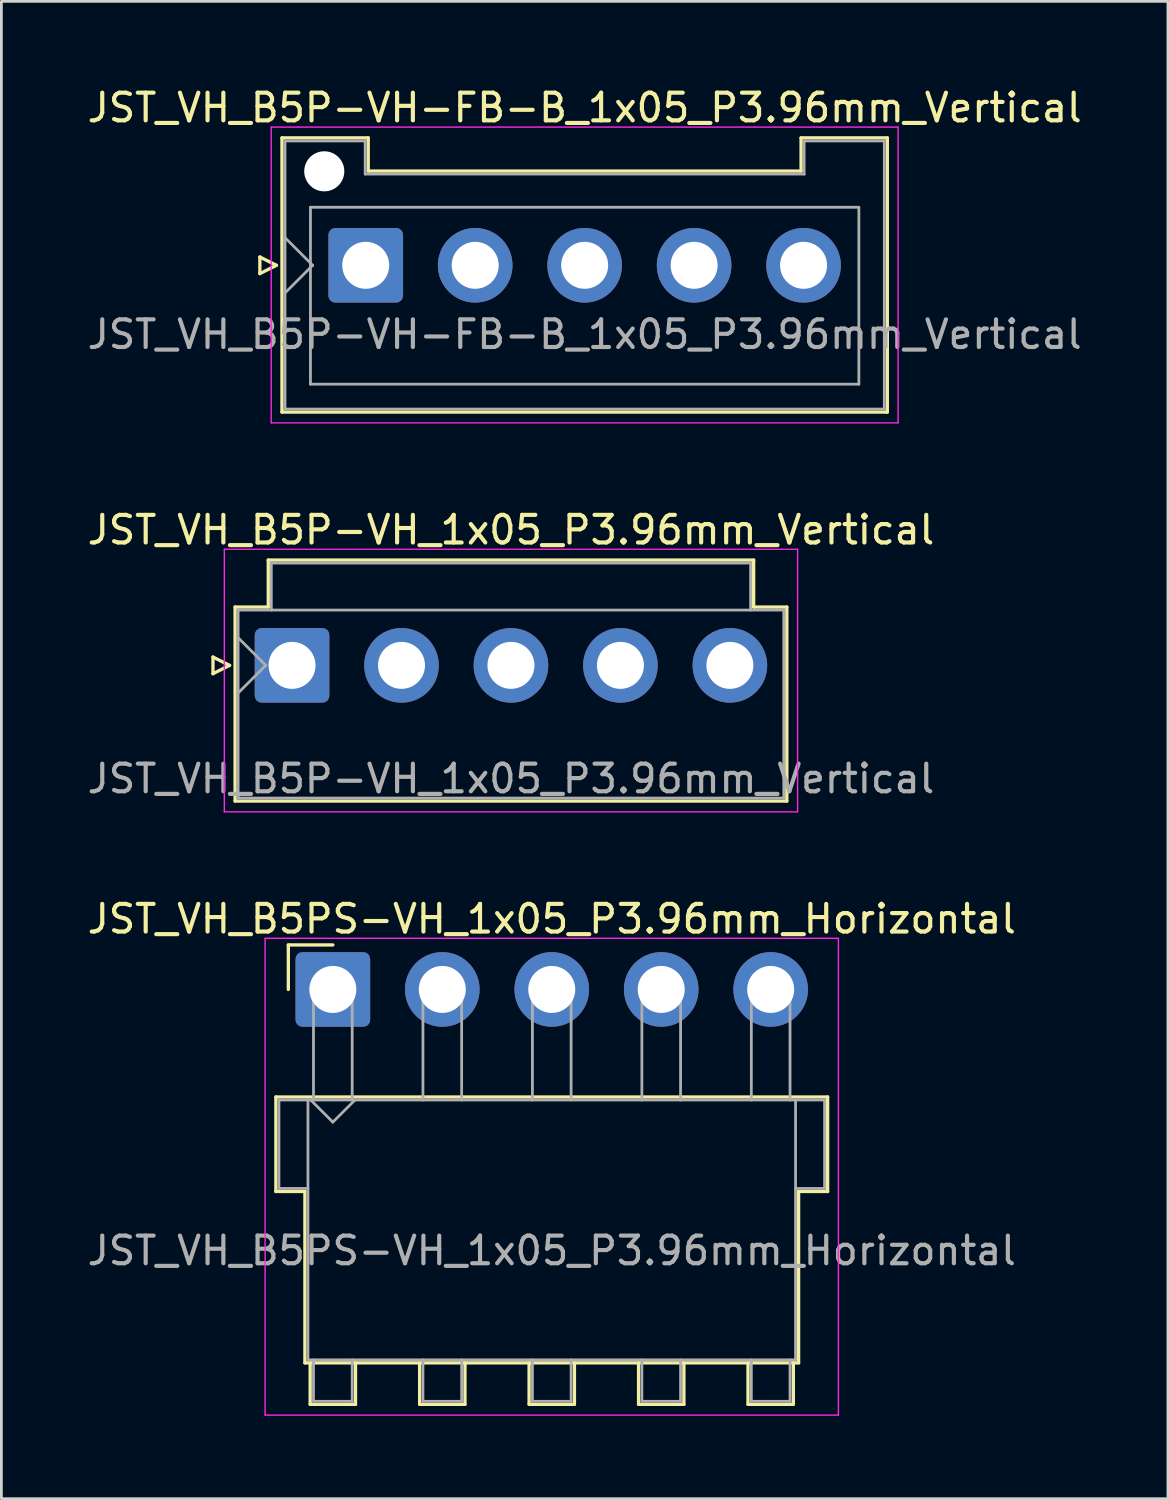
<source format=kicad_pcb>
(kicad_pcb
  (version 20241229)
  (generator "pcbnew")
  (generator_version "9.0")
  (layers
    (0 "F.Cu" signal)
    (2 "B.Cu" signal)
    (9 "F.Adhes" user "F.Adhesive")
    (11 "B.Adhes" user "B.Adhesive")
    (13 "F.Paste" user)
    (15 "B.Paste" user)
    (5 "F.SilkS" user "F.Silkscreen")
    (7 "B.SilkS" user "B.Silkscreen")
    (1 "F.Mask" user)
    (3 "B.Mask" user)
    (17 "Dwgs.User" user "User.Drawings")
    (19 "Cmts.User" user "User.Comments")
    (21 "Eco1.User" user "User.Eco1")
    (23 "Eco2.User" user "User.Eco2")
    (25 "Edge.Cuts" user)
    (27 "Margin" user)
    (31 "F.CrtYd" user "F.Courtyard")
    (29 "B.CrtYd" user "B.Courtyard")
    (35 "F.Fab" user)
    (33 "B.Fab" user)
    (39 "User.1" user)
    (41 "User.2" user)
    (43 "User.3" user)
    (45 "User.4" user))
  (footprint "JST_VH_B5P-VH_1x05_P3.96mm_Vertical"
    (layer "F.Cu")
    (at 7.515 21.021)
    (property "Reference" "JST_VH_B5P-VH_1x05_P3.96mm_Vertical" (at 7.92 -4.9 0) (layer "F.SilkS") (effects (font (size 1 1) (thickness 0.15))))
    (attr through_hole)
    (fp_line (start -2.86 -0.3) (end -2.26 0) (stroke (width 0.12) (type solid)) (layer "F.SilkS"))
    (fp_line (start -2.86 0.3) (end -2.86 -0.3) (stroke (width 0.12) (type solid)) (layer "F.SilkS"))
    (fp_line (start -2.26 0) (end -2.86 0.3) (stroke (width 0.12) (type solid)) (layer "F.SilkS"))
    (fp_line (start -2.06 -2.11) (end -0.86 -2.11) (stroke (width 0.12) (type solid)) (layer "F.SilkS"))
    (fp_line (start -2.06 4.91) (end -2.06 -2.11) (stroke (width 0.12) (type solid)) (layer "F.SilkS"))
    (fp_line (start -0.86 -3.81) (end 16.7 -3.81) (stroke (width 0.12) (type solid)) (layer "F.SilkS"))
    (fp_line (start -0.86 -2.11) (end -0.86 -3.81) (stroke (width 0.12) (type solid)) (layer "F.SilkS"))
    (fp_line (start 16.7 -3.81) (end 16.7 -2.11) (stroke (width 0.12) (type solid)) (layer "F.SilkS"))
    (fp_line (start 16.7 -2.11) (end 17.9 -2.11) (stroke (width 0.12) (type solid)) (layer "F.SilkS"))
    (fp_line (start 17.9 -2.11) (end 17.9 4.91) (stroke (width 0.12) (type solid)) (layer "F.SilkS"))
    (fp_line (start 17.9 4.91) (end -2.06 4.91) (stroke (width 0.12) (type solid)) (layer "F.SilkS"))
    (fp_line (start -2.45 -4.2) (end -2.45 5.3) (stroke (width 0.05) (type solid)) (layer "F.CrtYd"))
    (fp_line (start -2.45 5.3) (end 18.29 5.3) (stroke (width 0.05) (type solid)) (layer "F.CrtYd"))
    (fp_line (start 18.29 -4.2) (end -2.45 -4.2) (stroke (width 0.05) (type solid)) (layer "F.CrtYd"))
    (fp_line (start 18.29 5.3) (end 18.29 -4.2) (stroke (width 0.05) (type solid)) (layer "F.CrtYd"))
    (fp_line (start -1.95 -2) (end -1.95 4.8) (stroke (width 0.1) (type solid)) (layer "F.Fab"))
    (fp_line (start -1.95 -1) (end -0.95 0) (stroke (width 0.1) (type solid)) (layer "F.Fab"))
    (fp_line (start -1.95 1) (end -0.95 0) (stroke (width 0.1) (type solid)) (layer "F.Fab"))
    (fp_line (start -1.95 4.8) (end 17.79 4.8) (stroke (width 0.1) (type solid)) (layer "F.Fab"))
    (fp_line (start -0.75 -3.7) (end 16.59 -3.7) (stroke (width 0.1) (type solid)) (layer "F.Fab"))
    (fp_line (start -0.75 -2) (end -0.75 -3.7) (stroke (width 0.1) (type solid)) (layer "F.Fab"))
    (fp_line (start 16.59 -3.7) (end 16.59 -2) (stroke (width 0.1) (type solid)) (layer "F.Fab"))
    (fp_line (start 17.79 -2) (end -1.95 -2) (stroke (width 0.1) (type solid)) (layer "F.Fab"))
    (fp_line (start 17.79 4.8) (end 17.79 -2) (stroke (width 0.1) (type solid)) (layer "F.Fab"))
    (fp_text user "${REFERENCE}" (at 7.92 4.1 0) (layer "F.Fab") (effects (font (size 1 1) (thickness 0.15))))
    (pad "1" thru_hole roundrect (at 0 0) (size 2.7 2.7) (drill 1.7) (layers "*.Cu" "*.Mask") (roundrect_rratio 0.093))
    (pad "2" thru_hole circle (at 3.96 0) (size 2.7 2.7) (drill 1.7) (layers "*.Cu" "*.Mask"))
    (pad "3" thru_hole circle (at 7.92 0) (size 2.7 2.7) (drill 1.7) (layers "*.Cu" "*.Mask"))
    (pad "4" thru_hole circle (at 11.88 0) (size 2.7 2.7) (drill 1.7) (layers "*.Cu" "*.Mask"))
    (pad "5" thru_hole circle (at 15.84 0) (size 2.7 2.7) (drill 1.7) (layers "*.Cu" "*.Mask")))
  (footprint "JST_VH_B5PS-VH_1x05_P3.96mm_Horizontal"
    (layer "F.Cu")
    (at 8.991 32.745)
    (property "Reference" "JST_VH_B5PS-VH_1x05_P3.96mm_Horizontal" (at 7.92 -2.55 0) (layer "F.SilkS") (effects (font (size 1 1) (thickness 0.15))))
    (attr through_hole)
    (fp_line (start -2.06 3.89) (end 17.9 3.89) (stroke (width 0.12) (type solid)) (layer "F.SilkS"))
    (fp_line (start -2.06 7.31) (end -2.06 3.89) (stroke (width 0.12) (type solid)) (layer "F.SilkS"))
    (fp_line (start -1.61 -1.61) (end -1.61 0) (stroke (width 0.12) (type solid)) (layer "F.SilkS"))
    (fp_line (start -1.01 7.31) (end -2.06 7.31) (stroke (width 0.12) (type solid)) (layer "F.SilkS"))
    (fp_line (start -1.01 13.51) (end -1.01 7.31) (stroke (width 0.12) (type solid)) (layer "F.SilkS"))
    (fp_line (start -0.82 13.51) (end -0.82 15.01) (stroke (width 0.12) (type solid)) (layer "F.SilkS"))
    (fp_line (start -0.82 15.01) (end 0.82 15.01) (stroke (width 0.12) (type solid)) (layer "F.SilkS"))
    (fp_line (start 0 -1.61) (end -1.61 -1.61) (stroke (width 0.12) (type solid)) (layer "F.SilkS"))
    (fp_line (start 0.82 15.01) (end 0.82 13.51) (stroke (width 0.12) (type solid)) (layer "F.SilkS"))
    (fp_line (start 3.14 13.51) (end 3.14 15.01) (stroke (width 0.12) (type solid)) (layer "F.SilkS"))
    (fp_line (start 3.14 15.01) (end 4.78 15.01) (stroke (width 0.12) (type solid)) (layer "F.SilkS"))
    (fp_line (start 4.78 15.01) (end 4.78 13.51) (stroke (width 0.12) (type solid)) (layer "F.SilkS"))
    (fp_line (start 7.1 13.51) (end 7.1 15.01) (stroke (width 0.12) (type solid)) (layer "F.SilkS"))
    (fp_line (start 7.1 15.01) (end 8.74 15.01) (stroke (width 0.12) (type solid)) (layer "F.SilkS"))
    (fp_line (start 8.74 15.01) (end 8.74 13.51) (stroke (width 0.12) (type solid)) (layer "F.SilkS"))
    (fp_line (start 11.06 13.51) (end 11.06 15.01) (stroke (width 0.12) (type solid)) (layer "F.SilkS"))
    (fp_line (start 11.06 15.01) (end 12.7 15.01) (stroke (width 0.12) (type solid)) (layer "F.SilkS"))
    (fp_line (start 12.7 15.01) (end 12.7 13.51) (stroke (width 0.12) (type solid)) (layer "F.SilkS"))
    (fp_line (start 15.02 13.51) (end 15.02 15.01) (stroke (width 0.12) (type solid)) (layer "F.SilkS"))
    (fp_line (start 15.02 15.01) (end 16.66 15.01) (stroke (width 0.12) (type solid)) (layer "F.SilkS"))
    (fp_line (start 16.66 15.01) (end 16.66 13.51) (stroke (width 0.12) (type solid)) (layer "F.SilkS"))
    (fp_line (start 16.85 7.31) (end 16.85 13.51) (stroke (width 0.12) (type solid)) (layer "F.SilkS"))
    (fp_line (start 16.85 13.51) (end -1.01 13.51) (stroke (width 0.12) (type solid)) (layer "F.SilkS"))
    (fp_line (start 17.9 3.89) (end 17.9 7.31) (stroke (width 0.12) (type solid)) (layer "F.SilkS"))
    (fp_line (start 17.9 7.31) (end 16.85 7.31) (stroke (width 0.12) (type solid)) (layer "F.SilkS"))
    (fp_line (start -2.45 -1.85) (end -2.45 15.4) (stroke (width 0.05) (type solid)) (layer "F.CrtYd"))
    (fp_line (start -2.45 15.4) (end 18.29 15.4) (stroke (width 0.05) (type solid)) (layer "F.CrtYd"))
    (fp_line (start 18.29 -1.85) (end -2.45 -1.85) (stroke (width 0.05) (type solid)) (layer "F.CrtYd"))
    (fp_line (start 18.29 15.4) (end 18.29 -1.85) (stroke (width 0.05) (type solid)) (layer "F.CrtYd"))
    (fp_line (start -1.95 4) (end -0.9 4) (stroke (width 0.1) (type solid)) (layer "F.Fab"))
    (fp_line (start -1.95 7.2) (end -1.95 4) (stroke (width 0.1) (type solid)) (layer "F.Fab"))
    (fp_line (start -0.9 4) (end -0.9 13.4) (stroke (width 0.1) (type solid)) (layer "F.Fab"))
    (fp_line (start -0.9 7.2) (end -1.95 7.2) (stroke (width 0.1) (type solid)) (layer "F.Fab"))
    (fp_line (start -0.9 13.4) (end 16.74 13.4) (stroke (width 0.1) (type solid)) (layer "F.Fab"))
    (fp_line (start -0.8 4) (end 0 4.8) (stroke (width 0.1) (type solid)) (layer "F.Fab"))
    (fp_line (start -0.7 0) (end 0.7 0) (stroke (width 0.1) (type solid)) (layer "F.Fab"))
    (fp_line (start -0.7 4) (end -0.7 0) (stroke (width 0.1) (type solid)) (layer "F.Fab"))
    (fp_line (start -0.7 13.4) (end -0.7 14.9) (stroke (width 0.1) (type solid)) (layer "F.Fab"))
    (fp_line (start -0.7 14.9) (end 0.7 14.9) (stroke (width 0.1) (type solid)) (layer "F.Fab"))
    (fp_line (start 0 4.8) (end 0.8 4) (stroke (width 0.1) (type solid)) (layer "F.Fab"))
    (fp_line (start 0.7 0) (end 0.7 4) (stroke (width 0.1) (type solid)) (layer "F.Fab"))
    (fp_line (start 0.7 14.9) (end 0.7 13.4) (stroke (width 0.1) (type solid)) (layer "F.Fab"))
    (fp_line (start 3.26 0) (end 4.66 0) (stroke (width 0.1) (type solid)) (layer "F.Fab"))
    (fp_line (start 3.26 4) (end 3.26 0) (stroke (width 0.1) (type solid)) (layer "F.Fab"))
    (fp_line (start 3.26 13.4) (end 3.26 14.9) (stroke (width 0.1) (type solid)) (layer "F.Fab"))
    (fp_line (start 3.26 14.9) (end 4.66 14.9) (stroke (width 0.1) (type solid)) (layer "F.Fab"))
    (fp_line (start 4.66 0) (end 4.66 4) (stroke (width 0.1) (type solid)) (layer "F.Fab"))
    (fp_line (start 4.66 14.9) (end 4.66 13.4) (stroke (width 0.1) (type solid)) (layer "F.Fab"))
    (fp_line (start 7.22 0) (end 8.62 0) (stroke (width 0.1) (type solid)) (layer "F.Fab"))
    (fp_line (start 7.22 4) (end 7.22 0) (stroke (width 0.1) (type solid)) (layer "F.Fab"))
    (fp_line (start 7.22 13.4) (end 7.22 14.9) (stroke (width 0.1) (type solid)) (layer "F.Fab"))
    (fp_line (start 7.22 14.9) (end 8.62 14.9) (stroke (width 0.1) (type solid)) (layer "F.Fab"))
    (fp_line (start 8.62 0) (end 8.62 4) (stroke (width 0.1) (type solid)) (layer "F.Fab"))
    (fp_line (start 8.62 14.9) (end 8.62 13.4) (stroke (width 0.1) (type solid)) (layer "F.Fab"))
    (fp_line (start 11.18 0) (end 12.58 0) (stroke (width 0.1) (type solid)) (layer "F.Fab"))
    (fp_line (start 11.18 4) (end 11.18 0) (stroke (width 0.1) (type solid)) (layer "F.Fab"))
    (fp_line (start 11.18 13.4) (end 11.18 14.9) (stroke (width 0.1) (type solid)) (layer "F.Fab"))
    (fp_line (start 11.18 14.9) (end 12.58 14.9) (stroke (width 0.1) (type solid)) (layer "F.Fab"))
    (fp_line (start 12.58 0) (end 12.58 4) (stroke (width 0.1) (type solid)) (layer "F.Fab"))
    (fp_line (start 12.58 14.9) (end 12.58 13.4) (stroke (width 0.1) (type solid)) (layer "F.Fab"))
    (fp_line (start 15.14 0) (end 16.54 0) (stroke (width 0.1) (type solid)) (layer "F.Fab"))
    (fp_line (start 15.14 4) (end 15.14 0) (stroke (width 0.1) (type solid)) (layer "F.Fab"))
    (fp_line (start 15.14 13.4) (end 15.14 14.9) (stroke (width 0.1) (type solid)) (layer "F.Fab"))
    (fp_line (start 15.14 14.9) (end 16.54 14.9) (stroke (width 0.1) (type solid)) (layer "F.Fab"))
    (fp_line (start 16.54 0) (end 16.54 4) (stroke (width 0.1) (type solid)) (layer "F.Fab"))
    (fp_line (start 16.54 14.9) (end 16.54 13.4) (stroke (width 0.1) (type solid)) (layer "F.Fab"))
    (fp_line (start 16.74 4) (end -0.9 4) (stroke (width 0.1) (type solid)) (layer "F.Fab"))
    (fp_line (start 16.74 4) (end 17.79 4) (stroke (width 0.1) (type solid)) (layer "F.Fab"))
    (fp_line (start 16.74 13.4) (end 16.74 4) (stroke (width 0.1) (type solid)) (layer "F.Fab"))
    (fp_line (start 17.79 4) (end 17.79 7.2) (stroke (width 0.1) (type solid)) (layer "F.Fab"))
    (fp_line (start 17.79 7.2) (end 16.74 7.2) (stroke (width 0.1) (type solid)) (layer "F.Fab"))
    (fp_text user "${REFERENCE}" (at 7.92 9.45 0) (layer "F.Fab") (effects (font (size 1 1) (thickness 0.15))))
    (pad "1" thru_hole roundrect (at 0 0) (size 2.7 2.7) (drill 1.7) (layers "*.Cu" "*.Mask") (roundrect_rratio 0.093))
    (pad "2" thru_hole circle (at 3.96 0) (size 2.7 2.7) (drill 1.7) (layers "*.Cu" "*.Mask"))
    (pad "3" thru_hole circle (at 7.92 0) (size 2.7 2.7) (drill 1.7) (layers "*.Cu" "*.Mask"))
    (pad "4" thru_hole circle (at 11.88 0) (size 2.7 2.7) (drill 1.7) (layers "*.Cu" "*.Mask"))
    (pad "5" thru_hole circle (at 15.84 0) (size 2.7 2.7) (drill 1.7) (layers "*.Cu" "*.Mask")))
  (footprint "JST_VH_B5P-VH-FB-B_1x05_P3.96mm_Vertical"
    (layer "F.Cu")
    (at 10.181 6.548)
    (property "Reference" "JST_VH_B5P-VH-FB-B_1x05_P3.96mm_Vertical" (at 7.92 -5.7 0) (layer "F.SilkS") (effects (font (size 1 1) (thickness 0.15))))
    (attr through_hole)
    (fp_line (start -3.83 -0.3) (end -3.23 0) (stroke (width 0.12) (type solid)) (layer "F.SilkS"))
    (fp_line (start -3.83 0.3) (end -3.83 -0.3) (stroke (width 0.12) (type solid)) (layer "F.SilkS"))
    (fp_line (start -3.23 0) (end -3.83 0.3) (stroke (width 0.12) (type solid)) (layer "F.SilkS"))
    (fp_line (start -3.03 -4.61) (end 0.09 -4.61) (stroke (width 0.12) (type solid)) (layer "F.SilkS"))
    (fp_line (start -3.03 5.31) (end -3.03 -4.61) (stroke (width 0.12) (type solid)) (layer "F.SilkS"))
    (fp_line (start 0.09 -4.61) (end 0.09 -3.41) (stroke (width 0.12) (type solid)) (layer "F.SilkS"))
    (fp_line (start 0.09 -3.41) (end 15.75 -3.41) (stroke (width 0.12) (type solid)) (layer "F.SilkS"))
    (fp_line (start 15.75 -4.61) (end 18.87 -4.61) (stroke (width 0.12) (type solid)) (layer "F.SilkS"))
    (fp_line (start 15.75 -3.41) (end 15.75 -4.61) (stroke (width 0.12) (type solid)) (layer "F.SilkS"))
    (fp_line (start 18.87 -4.61) (end 18.87 5.31) (stroke (width 0.12) (type solid)) (layer "F.SilkS"))
    (fp_line (start 18.87 5.31) (end -3.03 5.31) (stroke (width 0.12) (type solid)) (layer "F.SilkS"))
    (fp_line (start -3.42 -5) (end -3.42 5.7) (stroke (width 0.05) (type solid)) (layer "F.CrtYd"))
    (fp_line (start -3.42 5.7) (end 19.26 5.7) (stroke (width 0.05) (type solid)) (layer "F.CrtYd"))
    (fp_line (start 19.26 -5) (end -3.42 -5) (stroke (width 0.05) (type solid)) (layer "F.CrtYd"))
    (fp_line (start 19.26 5.7) (end 19.26 -5) (stroke (width 0.05) (type solid)) (layer "F.CrtYd"))
    (fp_line (start -2.92 -4.5) (end -0.02 -4.5) (stroke (width 0.1) (type solid)) (layer "F.Fab"))
    (fp_line (start -2.92 -1) (end -1.92 0) (stroke (width 0.1) (type solid)) (layer "F.Fab"))
    (fp_line (start -2.92 1) (end -1.92 0) (stroke (width 0.1) (type solid)) (layer "F.Fab"))
    (fp_line (start -2.92 5.2) (end -2.92 -4.5) (stroke (width 0.1) (type solid)) (layer "F.Fab"))
    (fp_line (start -2 -2.1) (end 17.84 -2.1) (stroke (width 0.1) (type solid)) (layer "F.Fab"))
    (fp_line (start -2 4.3) (end -2 -2.1) (stroke (width 0.1) (type solid)) (layer "F.Fab"))
    (fp_line (start -0.02 -4.5) (end -0.02 -3.3) (stroke (width 0.1) (type solid)) (layer "F.Fab"))
    (fp_line (start -0.02 -3.3) (end 15.86 -3.3) (stroke (width 0.1) (type solid)) (layer "F.Fab"))
    (fp_line (start 15.86 -4.5) (end 18.76 -4.5) (stroke (width 0.1) (type solid)) (layer "F.Fab"))
    (fp_line (start 15.86 -3.3) (end 15.86 -4.5) (stroke (width 0.1) (type solid)) (layer "F.Fab"))
    (fp_line (start 17.84 -2.1) (end 17.84 4.3) (stroke (width 0.1) (type solid)) (layer "F.Fab"))
    (fp_line (start 17.84 4.3) (end -2 4.3) (stroke (width 0.1) (type solid)) (layer "F.Fab"))
    (fp_line (start 18.76 -4.5) (end 18.76 5.2) (stroke (width 0.1) (type solid)) (layer "F.Fab"))
    (fp_line (start 18.76 5.2) (end -2.92 5.2) (stroke (width 0.1) (type solid)) (layer "F.Fab"))
    (fp_text user "${REFERENCE}" (at 7.92 2.5 0) (layer "F.Fab") (effects (font (size 1 1) (thickness 0.15))))
    (pad "" np_thru_hole circle (at -1.5 -3.4) (size 1.45 1.45) (drill 1.45) (layers "*.Cu" "*.Mask"))
    (pad "1" thru_hole roundrect (at 0 0) (size 2.7 2.7) (drill 1.7) (layers "*.Cu" "*.Mask") (roundrect_rratio 0.093))
    (pad "2" thru_hole circle (at 3.96 0) (size 2.7 2.7) (drill 1.7) (layers "*.Cu" "*.Mask"))
    (pad "3" thru_hole circle (at 7.92 0) (size 2.7 2.7) (drill 1.7) (layers "*.Cu" "*.Mask"))
    (pad "4" thru_hole circle (at 11.88 0) (size 2.7 2.7) (drill 1.7) (layers "*.Cu" "*.Mask"))
    (pad "5" thru_hole circle (at 15.84 0) (size 2.7 2.7) (drill 1.7) (layers "*.Cu" "*.Mask")))
  (gr_rect
    (start -3 -3)
    (end 39.202 51.17)
    (stroke (width 0.1) (type default))
    (fill no)
    (layer "Edge.Cuts")))
</source>
